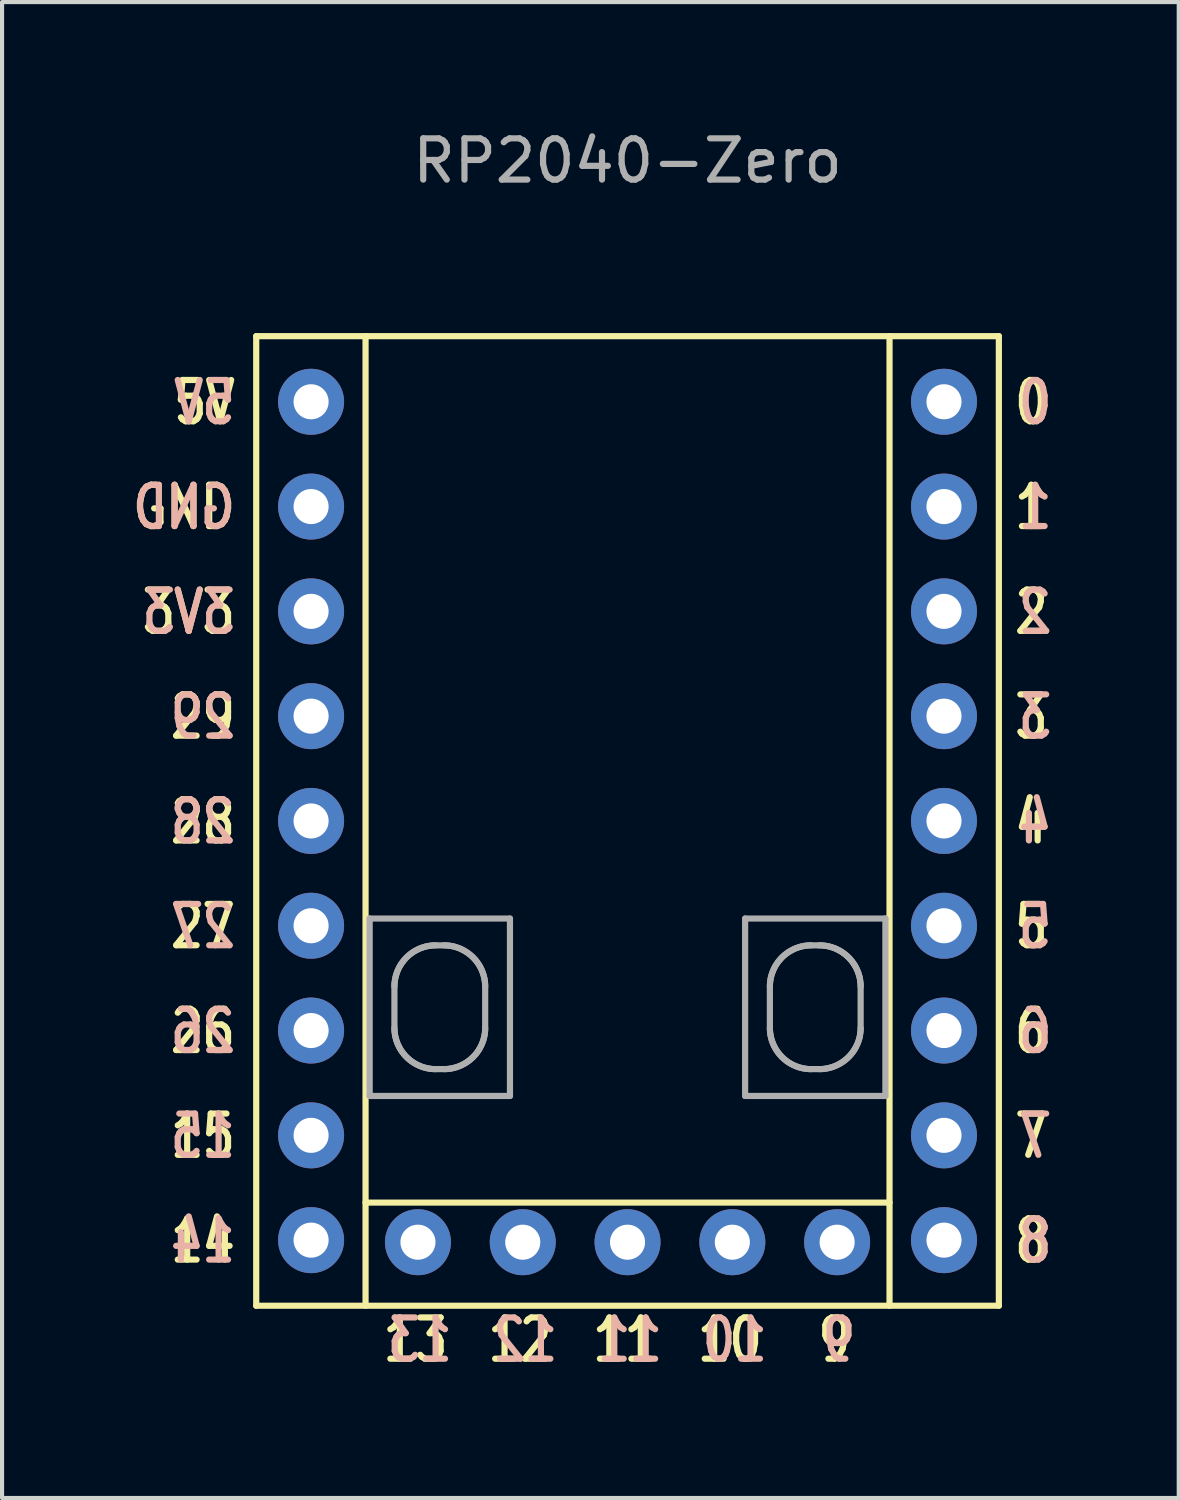
<source format=kicad_pcb>
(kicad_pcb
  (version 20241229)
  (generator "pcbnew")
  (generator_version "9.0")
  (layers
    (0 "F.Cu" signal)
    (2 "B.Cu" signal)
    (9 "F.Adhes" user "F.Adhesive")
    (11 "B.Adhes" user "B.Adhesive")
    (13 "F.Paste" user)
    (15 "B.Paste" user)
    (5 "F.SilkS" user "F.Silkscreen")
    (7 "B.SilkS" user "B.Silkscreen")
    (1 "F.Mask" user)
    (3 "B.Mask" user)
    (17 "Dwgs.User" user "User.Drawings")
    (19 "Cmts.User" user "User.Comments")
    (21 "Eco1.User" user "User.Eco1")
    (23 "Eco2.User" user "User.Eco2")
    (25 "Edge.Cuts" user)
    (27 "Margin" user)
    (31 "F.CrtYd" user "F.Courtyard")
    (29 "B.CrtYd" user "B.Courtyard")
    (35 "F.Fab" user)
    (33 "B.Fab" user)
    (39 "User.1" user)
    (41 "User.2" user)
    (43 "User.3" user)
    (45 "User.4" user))
  (footprint "RP2040-Zero"
    (layer "F.Cu")
    (at 12.16 16.848)
    (property "Reference" "RP2040-Zero" (at 0 -16 0) (layer "F.Fab") (effects (font (size 1 1) (thickness 0.15))))
    (attr through_hole exclude_from_pos_files)
    (fp_line (start -9 -11.75) (end 9 -11.75) (stroke (width 0.15) (type default)) (layer "F.SilkS"))
    (fp_line (start -9 11.75) (end -9 -11.75) (stroke (width 0.15) (type default)) (layer "F.SilkS"))
    (fp_line (start -9 11.75) (end 9 11.75) (stroke (width 0.15) (type default)) (layer "F.SilkS"))
    (fp_line (start -6.35 -11.75) (end -6.35 11.75) (stroke (width 0.15) (type solid)) (layer "F.SilkS"))
    (fp_line (start -6.35 9.25) (end 6.35 9.25) (stroke (width 0.15) (type solid)) (layer "F.SilkS"))
    (fp_line (start 6.35 11.75) (end 6.35 -11.75) (stroke (width 0.15) (type solid)) (layer "F.SilkS"))
    (fp_line (start 9 11.75) (end 9 -11.75) (stroke (width 0.15) (type default)) (layer "F.SilkS"))
    (fp_line (start -6.25 2.365) (end -2.85 2.365) (stroke (width 0.15) (type default)) (layer "F.Fab"))
    (fp_line (start -6.25 6.665) (end -6.25 2.365) (stroke (width 0.15) (type default)) (layer "F.Fab"))
    (fp_line (start -5.65 4.015) (end -5.649 3.963) (stroke (width 0.15) (type default)) (layer "F.Fab"))
    (fp_line (start -5.65 5.015) (end -5.65 4.015) (stroke (width 0.15) (type default)) (layer "F.Fab"))
    (fp_line (start -5.649 3.963) (end -5.645 3.913) (stroke (width 0.15) (type default)) (layer "F.Fab"))
    (fp_line (start -5.649 5.066) (end -5.65 5.015) (stroke (width 0.15) (type default)) (layer "F.Fab"))
    (fp_line (start -5.645 3.913) (end -5.638 3.863) (stroke (width 0.15) (type default)) (layer "F.Fab"))
    (fp_line (start -5.645 5.117) (end -5.649 5.066) (stroke (width 0.15) (type default)) (layer "F.Fab"))
    (fp_line (start -5.638 3.863) (end -5.63 3.813) (stroke (width 0.15) (type default)) (layer "F.Fab"))
    (fp_line (start -5.638 5.167) (end -5.645 5.117) (stroke (width 0.15) (type default)) (layer "F.Fab"))
    (fp_line (start -5.63 3.813) (end -5.618 3.765) (stroke (width 0.15) (type default)) (layer "F.Fab"))
    (fp_line (start -5.63 5.216) (end -5.638 5.167) (stroke (width 0.15) (type default)) (layer "F.Fab"))
    (fp_line (start -5.618 3.765) (end -5.605 3.718) (stroke (width 0.15) (type default)) (layer "F.Fab"))
    (fp_line (start -5.618 5.265) (end -5.63 5.216) (stroke (width 0.15) (type default)) (layer "F.Fab"))
    (fp_line (start -5.605 3.718) (end -5.589 3.671) (stroke (width 0.15) (type default)) (layer "F.Fab"))
    (fp_line (start -5.605 5.312) (end -5.618 5.265) (stroke (width 0.15) (type default)) (layer "F.Fab"))
    (fp_line (start -5.589 3.671) (end -5.571 3.626) (stroke (width 0.15) (type default)) (layer "F.Fab"))
    (fp_line (start -5.589 5.359) (end -5.605 5.312) (stroke (width 0.15) (type default)) (layer "F.Fab"))
    (fp_line (start -5.571 3.626) (end -5.551 3.581) (stroke (width 0.15) (type default)) (layer "F.Fab"))
    (fp_line (start -5.571 5.404) (end -5.589 5.359) (stroke (width 0.15) (type default)) (layer "F.Fab"))
    (fp_line (start -5.551 3.581) (end -5.529 3.538) (stroke (width 0.15) (type default)) (layer "F.Fab"))
    (fp_line (start -5.551 5.448) (end -5.571 5.404) (stroke (width 0.15) (type default)) (layer "F.Fab"))
    (fp_line (start -5.529 3.538) (end -5.505 3.496) (stroke (width 0.15) (type default)) (layer "F.Fab"))
    (fp_line (start -5.529 5.491) (end -5.551 5.448) (stroke (width 0.15) (type default)) (layer "F.Fab"))
    (fp_line (start -5.505 3.496) (end -5.479 3.456) (stroke (width 0.15) (type default)) (layer "F.Fab"))
    (fp_line (start -5.505 5.533) (end -5.529 5.491) (stroke (width 0.15) (type default)) (layer "F.Fab"))
    (fp_line (start -5.479 3.456) (end -5.451 3.417) (stroke (width 0.15) (type default)) (layer "F.Fab"))
    (fp_line (start -5.479 5.574) (end -5.505 5.533) (stroke (width 0.15) (type default)) (layer "F.Fab"))
    (fp_line (start -5.451 3.417) (end -5.421 3.379) (stroke (width 0.15) (type default)) (layer "F.Fab"))
    (fp_line (start -5.451 5.613) (end -5.479 5.574) (stroke (width 0.15) (type default)) (layer "F.Fab"))
    (fp_line (start -5.421 3.379) (end -5.39 3.343) (stroke (width 0.15) (type default)) (layer "F.Fab"))
    (fp_line (start -5.421 5.651) (end -5.451 5.613) (stroke (width 0.15) (type default)) (layer "F.Fab"))
    (fp_line (start -5.39 3.343) (end -5.357 3.308) (stroke (width 0.15) (type default)) (layer "F.Fab"))
    (fp_line (start -5.39 5.687) (end -5.421 5.651) (stroke (width 0.15) (type default)) (layer "F.Fab"))
    (fp_line (start -5.357 3.308) (end -5.322 3.275) (stroke (width 0.15) (type default)) (layer "F.Fab"))
    (fp_line (start -5.357 5.722) (end -5.39 5.687) (stroke (width 0.15) (type default)) (layer "F.Fab"))
    (fp_line (start -5.322 3.275) (end -5.286 3.243) (stroke (width 0.15) (type default)) (layer "F.Fab"))
    (fp_line (start -5.322 5.755) (end -5.357 5.722) (stroke (width 0.15) (type default)) (layer "F.Fab"))
    (fp_line (start -5.286 3.243) (end -5.248 3.214) (stroke (width 0.15) (type default)) (layer "F.Fab"))
    (fp_line (start -5.286 5.786) (end -5.322 5.755) (stroke (width 0.15) (type default)) (layer "F.Fab"))
    (fp_line (start -5.248 3.214) (end -5.209 3.186) (stroke (width 0.15) (type default)) (layer "F.Fab"))
    (fp_line (start -5.248 5.816) (end -5.286 5.786) (stroke (width 0.15) (type default)) (layer "F.Fab"))
    (fp_line (start -5.209 3.186) (end -5.168 3.16) (stroke (width 0.15) (type default)) (layer "F.Fab"))
    (fp_line (start -5.209 5.844) (end -5.248 5.816) (stroke (width 0.15) (type default)) (layer "F.Fab"))
    (fp_line (start -5.168 3.16) (end -5.126 3.136) (stroke (width 0.15) (type default)) (layer "F.Fab"))
    (fp_line (start -5.168 5.87) (end -5.209 5.844) (stroke (width 0.15) (type default)) (layer "F.Fab"))
    (fp_line (start -5.126 3.136) (end -5.083 3.114) (stroke (width 0.15) (type default)) (layer "F.Fab"))
    (fp_line (start -5.126 5.894) (end -5.168 5.87) (stroke (width 0.15) (type default)) (layer "F.Fab"))
    (fp_line (start -5.083 3.114) (end -5.039 3.093) (stroke (width 0.15) (type default)) (layer "F.Fab"))
    (fp_line (start -5.083 5.916) (end -5.126 5.894) (stroke (width 0.15) (type default)) (layer "F.Fab"))
    (fp_line (start -5.039 3.093) (end -4.994 3.076) (stroke (width 0.15) (type default)) (layer "F.Fab"))
    (fp_line (start -5.039 5.936) (end -5.083 5.916) (stroke (width 0.15) (type default)) (layer "F.Fab"))
    (fp_line (start -4.994 3.076) (end -4.947 3.06) (stroke (width 0.15) (type default)) (layer "F.Fab"))
    (fp_line (start -4.994 5.954) (end -5.039 5.936) (stroke (width 0.15) (type default)) (layer "F.Fab"))
    (fp_line (start -4.947 3.06) (end -4.9 3.046) (stroke (width 0.15) (type default)) (layer "F.Fab"))
    (fp_line (start -4.947 5.97) (end -4.994 5.954) (stroke (width 0.15) (type default)) (layer "F.Fab"))
    (fp_line (start -4.9 3.046) (end -4.851 3.035) (stroke (width 0.15) (type default)) (layer "F.Fab"))
    (fp_line (start -4.9 5.983) (end -4.947 5.97) (stroke (width 0.15) (type default)) (layer "F.Fab"))
    (fp_line (start -4.851 3.035) (end -4.802 3.026) (stroke (width 0.15) (type default)) (layer "F.Fab"))
    (fp_line (start -4.851 5.995) (end -4.9 5.983) (stroke (width 0.15) (type default)) (layer "F.Fab"))
    (fp_line (start -4.802 3.026) (end -4.752 3.02) (stroke (width 0.15) (type default)) (layer "F.Fab"))
    (fp_line (start -4.802 6.003) (end -4.851 5.995) (stroke (width 0.15) (type default)) (layer "F.Fab"))
    (fp_line (start -4.752 3.02) (end -4.701 3.016) (stroke (width 0.15) (type default)) (layer "F.Fab"))
    (fp_line (start -4.752 6.01) (end -4.802 6.003) (stroke (width 0.15) (type default)) (layer "F.Fab"))
    (fp_line (start -4.701 3.016) (end -4.65 3.015) (stroke (width 0.15) (type default)) (layer "F.Fab"))
    (fp_line (start -4.701 6.014) (end -4.752 6.01) (stroke (width 0.15) (type default)) (layer "F.Fab"))
    (fp_line (start -4.65 3.015) (end -4.45 3.015) (stroke (width 0.15) (type default)) (layer "F.Fab"))
    (fp_line (start -4.65 6.015) (end -4.701 6.014) (stroke (width 0.15) (type default)) (layer "F.Fab"))
    (fp_line (start -4.45 3.015) (end -4.399 3.016) (stroke (width 0.15) (type default)) (layer "F.Fab"))
    (fp_line (start -4.45 6.015) (end -4.65 6.015) (stroke (width 0.15) (type default)) (layer "F.Fab"))
    (fp_line (start -4.399 3.016) (end -4.348 3.02) (stroke (width 0.15) (type default)) (layer "F.Fab"))
    (fp_line (start -4.399 6.014) (end -4.45 6.015) (stroke (width 0.15) (type default)) (layer "F.Fab"))
    (fp_line (start -4.348 3.02) (end -4.298 3.026) (stroke (width 0.15) (type default)) (layer "F.Fab"))
    (fp_line (start -4.348 6.01) (end -4.399 6.014) (stroke (width 0.15) (type default)) (layer "F.Fab"))
    (fp_line (start -4.298 3.026) (end -4.248 3.035) (stroke (width 0.15) (type default)) (layer "F.Fab"))
    (fp_line (start -4.298 6.003) (end -4.348 6.01) (stroke (width 0.15) (type default)) (layer "F.Fab"))
    (fp_line (start -4.248 3.035) (end -4.2 3.046) (stroke (width 0.15) (type default)) (layer "F.Fab"))
    (fp_line (start -4.248 5.995) (end -4.298 6.003) (stroke (width 0.15) (type default)) (layer "F.Fab"))
    (fp_line (start -4.2 3.046) (end -4.153 3.06) (stroke (width 0.15) (type default)) (layer "F.Fab"))
    (fp_line (start -4.2 5.983) (end -4.248 5.995) (stroke (width 0.15) (type default)) (layer "F.Fab"))
    (fp_line (start -4.153 3.06) (end -4.106 3.076) (stroke (width 0.15) (type default)) (layer "F.Fab"))
    (fp_line (start -4.153 5.97) (end -4.2 5.983) (stroke (width 0.15) (type default)) (layer "F.Fab"))
    (fp_line (start -4.106 3.076) (end -4.061 3.093) (stroke (width 0.15) (type default)) (layer "F.Fab"))
    (fp_line (start -4.106 5.954) (end -4.153 5.97) (stroke (width 0.15) (type default)) (layer "F.Fab"))
    (fp_line (start -4.061 3.093) (end -4.017 3.114) (stroke (width 0.15) (type default)) (layer "F.Fab"))
    (fp_line (start -4.061 5.936) (end -4.106 5.954) (stroke (width 0.15) (type default)) (layer "F.Fab"))
    (fp_line (start -4.017 3.114) (end -3.974 3.136) (stroke (width 0.15) (type default)) (layer "F.Fab"))
    (fp_line (start -4.017 5.916) (end -4.061 5.936) (stroke (width 0.15) (type default)) (layer "F.Fab"))
    (fp_line (start -3.974 3.136) (end -3.932 3.16) (stroke (width 0.15) (type default)) (layer "F.Fab"))
    (fp_line (start -3.974 5.894) (end -4.017 5.916) (stroke (width 0.15) (type default)) (layer "F.Fab"))
    (fp_line (start -3.932 3.16) (end -3.891 3.186) (stroke (width 0.15) (type default)) (layer "F.Fab"))
    (fp_line (start -3.932 5.87) (end -3.974 5.894) (stroke (width 0.15) (type default)) (layer "F.Fab"))
    (fp_line (start -3.891 3.186) (end -3.852 3.214) (stroke (width 0.15) (type default)) (layer "F.Fab"))
    (fp_line (start -3.891 5.844) (end -3.932 5.87) (stroke (width 0.15) (type default)) (layer "F.Fab"))
    (fp_line (start -3.852 3.214) (end -3.814 3.243) (stroke (width 0.15) (type default)) (layer "F.Fab"))
    (fp_line (start -3.852 5.816) (end -3.891 5.844) (stroke (width 0.15) (type default)) (layer "F.Fab"))
    (fp_line (start -3.814 3.243) (end -3.778 3.275) (stroke (width 0.15) (type default)) (layer "F.Fab"))
    (fp_line (start -3.814 5.786) (end -3.852 5.816) (stroke (width 0.15) (type default)) (layer "F.Fab"))
    (fp_line (start -3.778 3.275) (end -3.743 3.308) (stroke (width 0.15) (type default)) (layer "F.Fab"))
    (fp_line (start -3.778 5.755) (end -3.814 5.786) (stroke (width 0.15) (type default)) (layer "F.Fab"))
    (fp_line (start -3.743 3.308) (end -3.71 3.343) (stroke (width 0.15) (type default)) (layer "F.Fab"))
    (fp_line (start -3.743 5.722) (end -3.778 5.755) (stroke (width 0.15) (type default)) (layer "F.Fab"))
    (fp_line (start -3.71 3.343) (end -3.678 3.379) (stroke (width 0.15) (type default)) (layer "F.Fab"))
    (fp_line (start -3.71 5.687) (end -3.743 5.722) (stroke (width 0.15) (type default)) (layer "F.Fab"))
    (fp_line (start -3.678 3.379) (end -3.649 3.417) (stroke (width 0.15) (type default)) (layer "F.Fab"))
    (fp_line (start -3.678 5.651) (end -3.71 5.687) (stroke (width 0.15) (type default)) (layer "F.Fab"))
    (fp_line (start -3.649 3.417) (end -3.621 3.456) (stroke (width 0.15) (type default)) (layer "F.Fab"))
    (fp_line (start -3.649 5.613) (end -3.678 5.651) (stroke (width 0.15) (type default)) (layer "F.Fab"))
    (fp_line (start -3.621 3.456) (end -3.595 3.496) (stroke (width 0.15) (type default)) (layer "F.Fab"))
    (fp_line (start -3.621 5.574) (end -3.649 5.613) (stroke (width 0.15) (type default)) (layer "F.Fab"))
    (fp_line (start -3.595 3.496) (end -3.571 3.538) (stroke (width 0.15) (type default)) (layer "F.Fab"))
    (fp_line (start -3.595 5.533) (end -3.621 5.574) (stroke (width 0.15) (type default)) (layer "F.Fab"))
    (fp_line (start -3.571 3.538) (end -3.549 3.581) (stroke (width 0.15) (type default)) (layer "F.Fab"))
    (fp_line (start -3.571 5.491) (end -3.595 5.533) (stroke (width 0.15) (type default)) (layer "F.Fab"))
    (fp_line (start -3.549 3.581) (end -3.529 3.626) (stroke (width 0.15) (type default)) (layer "F.Fab"))
    (fp_line (start -3.549 5.448) (end -3.571 5.491) (stroke (width 0.15) (type default)) (layer "F.Fab"))
    (fp_line (start -3.529 3.626) (end -3.511 3.671) (stroke (width 0.15) (type default)) (layer "F.Fab"))
    (fp_line (start -3.529 5.404) (end -3.549 5.448) (stroke (width 0.15) (type default)) (layer "F.Fab"))
    (fp_line (start -3.511 3.671) (end -3.495 3.718) (stroke (width 0.15) (type default)) (layer "F.Fab"))
    (fp_line (start -3.511 5.359) (end -3.529 5.404) (stroke (width 0.15) (type default)) (layer "F.Fab"))
    (fp_line (start -3.495 3.718) (end -3.482 3.765) (stroke (width 0.15) (type default)) (layer "F.Fab"))
    (fp_line (start -3.495 5.312) (end -3.511 5.359) (stroke (width 0.15) (type default)) (layer "F.Fab"))
    (fp_line (start -3.482 3.765) (end -3.47 3.813) (stroke (width 0.15) (type default)) (layer "F.Fab"))
    (fp_line (start -3.482 5.265) (end -3.495 5.312) (stroke (width 0.15) (type default)) (layer "F.Fab"))
    (fp_line (start -3.47 3.813) (end -3.462 3.863) (stroke (width 0.15) (type default)) (layer "F.Fab"))
    (fp_line (start -3.47 5.216) (end -3.482 5.265) (stroke (width 0.15) (type default)) (layer "F.Fab"))
    (fp_line (start -3.462 3.863) (end -3.455 3.913) (stroke (width 0.15) (type default)) (layer "F.Fab"))
    (fp_line (start -3.462 5.167) (end -3.47 5.216) (stroke (width 0.15) (type default)) (layer "F.Fab"))
    (fp_line (start -3.455 3.913) (end -3.451 3.963) (stroke (width 0.15) (type default)) (layer "F.Fab"))
    (fp_line (start -3.455 5.117) (end -3.462 5.167) (stroke (width 0.15) (type default)) (layer "F.Fab"))
    (fp_line (start -3.451 3.963) (end -3.45 4.015) (stroke (width 0.15) (type default)) (layer "F.Fab"))
    (fp_line (start -3.451 5.066) (end -3.455 5.117) (stroke (width 0.15) (type default)) (layer "F.Fab"))
    (fp_line (start -3.45 4.015) (end -3.45 5.015) (stroke (width 0.15) (type default)) (layer "F.Fab"))
    (fp_line (start -3.45 5.015) (end -3.451 5.066) (stroke (width 0.15) (type default)) (layer "F.Fab"))
    (fp_line (start -2.85 2.365) (end -2.85 6.665) (stroke (width 0.15) (type default)) (layer "F.Fab"))
    (fp_line (start -2.85 6.665) (end -6.25 6.665) (stroke (width 0.15) (type default)) (layer "F.Fab"))
    (fp_line (start 2.85 2.365) (end 6.25 2.365) (stroke (width 0.15) (type default)) (layer "F.Fab"))
    (fp_line (start 2.85 6.665) (end 2.85 2.365) (stroke (width 0.15) (type default)) (layer "F.Fab"))
    (fp_line (start 3.45 4.015) (end 3.451 3.963) (stroke (width 0.15) (type default)) (layer "F.Fab"))
    (fp_line (start 3.45 5.015) (end 3.45 4.015) (stroke (width 0.15) (type default)) (layer "F.Fab"))
    (fp_line (start 3.451 3.963) (end 3.455 3.913) (stroke (width 0.15) (type default)) (layer "F.Fab"))
    (fp_line (start 3.451 5.066) (end 3.45 5.015) (stroke (width 0.15) (type default)) (layer "F.Fab"))
    (fp_line (start 3.455 3.913) (end 3.462 3.863) (stroke (width 0.15) (type default)) (layer "F.Fab"))
    (fp_line (start 3.455 5.117) (end 3.451 5.066) (stroke (width 0.15) (type default)) (layer "F.Fab"))
    (fp_line (start 3.462 3.863) (end 3.47 3.813) (stroke (width 0.15) (type default)) (layer "F.Fab"))
    (fp_line (start 3.462 5.167) (end 3.455 5.117) (stroke (width 0.15) (type default)) (layer "F.Fab"))
    (fp_line (start 3.47 3.813) (end 3.482 3.765) (stroke (width 0.15) (type default)) (layer "F.Fab"))
    (fp_line (start 3.47 5.216) (end 3.462 5.167) (stroke (width 0.15) (type default)) (layer "F.Fab"))
    (fp_line (start 3.482 3.765) (end 3.495 3.718) (stroke (width 0.15) (type default)) (layer "F.Fab"))
    (fp_line (start 3.482 5.265) (end 3.47 5.216) (stroke (width 0.15) (type default)) (layer "F.Fab"))
    (fp_line (start 3.495 3.718) (end 3.511 3.671) (stroke (width 0.15) (type default)) (layer "F.Fab"))
    (fp_line (start 3.495 5.312) (end 3.482 5.265) (stroke (width 0.15) (type default)) (layer "F.Fab"))
    (fp_line (start 3.511 3.671) (end 3.529 3.626) (stroke (width 0.15) (type default)) (layer "F.Fab"))
    (fp_line (start 3.511 5.359) (end 3.495 5.312) (stroke (width 0.15) (type default)) (layer "F.Fab"))
    (fp_line (start 3.529 3.626) (end 3.549 3.581) (stroke (width 0.15) (type default)) (layer "F.Fab"))
    (fp_line (start 3.529 5.404) (end 3.511 5.359) (stroke (width 0.15) (type default)) (layer "F.Fab"))
    (fp_line (start 3.549 3.581) (end 3.571 3.538) (stroke (width 0.15) (type default)) (layer "F.Fab"))
    (fp_line (start 3.549 5.448) (end 3.529 5.404) (stroke (width 0.15) (type default)) (layer "F.Fab"))
    (fp_line (start 3.571 3.538) (end 3.595 3.496) (stroke (width 0.15) (type default)) (layer "F.Fab"))
    (fp_line (start 3.571 5.491) (end 3.549 5.448) (stroke (width 0.15) (type default)) (layer "F.Fab"))
    (fp_line (start 3.595 3.496) (end 3.621 3.456) (stroke (width 0.15) (type default)) (layer "F.Fab"))
    (fp_line (start 3.595 5.533) (end 3.571 5.491) (stroke (width 0.15) (type default)) (layer "F.Fab"))
    (fp_line (start 3.621 3.456) (end 3.649 3.417) (stroke (width 0.15) (type default)) (layer "F.Fab"))
    (fp_line (start 3.621 5.574) (end 3.595 5.533) (stroke (width 0.15) (type default)) (layer "F.Fab"))
    (fp_line (start 3.649 3.417) (end 3.679 3.379) (stroke (width 0.15) (type default)) (layer "F.Fab"))
    (fp_line (start 3.649 5.613) (end 3.621 5.574) (stroke (width 0.15) (type default)) (layer "F.Fab"))
    (fp_line (start 3.679 3.379) (end 3.71 3.343) (stroke (width 0.15) (type default)) (layer "F.Fab"))
    (fp_line (start 3.679 5.651) (end 3.649 5.613) (stroke (width 0.15) (type default)) (layer "F.Fab"))
    (fp_line (start 3.71 3.343) (end 3.743 3.308) (stroke (width 0.15) (type default)) (layer "F.Fab"))
    (fp_line (start 3.71 5.687) (end 3.679 5.651) (stroke (width 0.15) (type default)) (layer "F.Fab"))
    (fp_line (start 3.743 3.308) (end 3.778 3.275) (stroke (width 0.15) (type default)) (layer "F.Fab"))
    (fp_line (start 3.743 5.722) (end 3.71 5.687) (stroke (width 0.15) (type default)) (layer "F.Fab"))
    (fp_line (start 3.778 3.275) (end 3.814 3.243) (stroke (width 0.15) (type default)) (layer "F.Fab"))
    (fp_line (start 3.778 5.755) (end 3.743 5.722) (stroke (width 0.15) (type default)) (layer "F.Fab"))
    (fp_line (start 3.814 3.243) (end 3.852 3.214) (stroke (width 0.15) (type default)) (layer "F.Fab"))
    (fp_line (start 3.814 5.786) (end 3.778 5.755) (stroke (width 0.15) (type default)) (layer "F.Fab"))
    (fp_line (start 3.852 3.214) (end 3.891 3.186) (stroke (width 0.15) (type default)) (layer "F.Fab"))
    (fp_line (start 3.852 5.816) (end 3.814 5.786) (stroke (width 0.15) (type default)) (layer "F.Fab"))
    (fp_line (start 3.891 3.186) (end 3.932 3.16) (stroke (width 0.15) (type default)) (layer "F.Fab"))
    (fp_line (start 3.891 5.844) (end 3.852 5.816) (stroke (width 0.15) (type default)) (layer "F.Fab"))
    (fp_line (start 3.932 3.16) (end 3.974 3.136) (stroke (width 0.15) (type default)) (layer "F.Fab"))
    (fp_line (start 3.932 5.87) (end 3.891 5.844) (stroke (width 0.15) (type default)) (layer "F.Fab"))
    (fp_line (start 3.974 3.136) (end 4.017 3.114) (stroke (width 0.15) (type default)) (layer "F.Fab"))
    (fp_line (start 3.974 5.894) (end 3.932 5.87) (stroke (width 0.15) (type default)) (layer "F.Fab"))
    (fp_line (start 4.017 3.114) (end 4.061 3.093) (stroke (width 0.15) (type default)) (layer "F.Fab"))
    (fp_line (start 4.017 5.916) (end 3.974 5.894) (stroke (width 0.15) (type default)) (layer "F.Fab"))
    (fp_line (start 4.061 3.093) (end 4.106 3.076) (stroke (width 0.15) (type default)) (layer "F.Fab"))
    (fp_line (start 4.061 5.936) (end 4.017 5.916) (stroke (width 0.15) (type default)) (layer "F.Fab"))
    (fp_line (start 4.106 3.076) (end 4.153 3.06) (stroke (width 0.15) (type default)) (layer "F.Fab"))
    (fp_line (start 4.106 5.954) (end 4.061 5.936) (stroke (width 0.15) (type default)) (layer "F.Fab"))
    (fp_line (start 4.153 3.06) (end 4.2 3.046) (stroke (width 0.15) (type default)) (layer "F.Fab"))
    (fp_line (start 4.153 5.97) (end 4.106 5.954) (stroke (width 0.15) (type default)) (layer "F.Fab"))
    (fp_line (start 4.2 3.046) (end 4.249 3.035) (stroke (width 0.15) (type default)) (layer "F.Fab"))
    (fp_line (start 4.2 5.983) (end 4.153 5.97) (stroke (width 0.15) (type default)) (layer "F.Fab"))
    (fp_line (start 4.249 3.035) (end 4.298 3.026) (stroke (width 0.15) (type default)) (layer "F.Fab"))
    (fp_line (start 4.249 5.995) (end 4.2 5.983) (stroke (width 0.15) (type default)) (layer "F.Fab"))
    (fp_line (start 4.298 3.026) (end 4.348 3.02) (stroke (width 0.15) (type default)) (layer "F.Fab"))
    (fp_line (start 4.298 6.003) (end 4.249 5.995) (stroke (width 0.15) (type default)) (layer "F.Fab"))
    (fp_line (start 4.348 3.02) (end 4.399 3.016) (stroke (width 0.15) (type default)) (layer "F.Fab"))
    (fp_line (start 4.348 6.01) (end 4.298 6.003) (stroke (width 0.15) (type default)) (layer "F.Fab"))
    (fp_line (start 4.399 3.016) (end 4.45 3.015) (stroke (width 0.15) (type default)) (layer "F.Fab"))
    (fp_line (start 4.399 6.014) (end 4.348 6.01) (stroke (width 0.15) (type default)) (layer "F.Fab"))
    (fp_line (start 4.45 3.015) (end 4.65 3.015) (stroke (width 0.15) (type default)) (layer "F.Fab"))
    (fp_line (start 4.45 6.015) (end 4.399 6.014) (stroke (width 0.15) (type default)) (layer "F.Fab"))
    (fp_line (start 4.65 3.015) (end 4.702 3.016) (stroke (width 0.15) (type default)) (layer "F.Fab"))
    (fp_line (start 4.65 6.015) (end 4.45 6.015) (stroke (width 0.15) (type default)) (layer "F.Fab"))
    (fp_line (start 4.702 3.016) (end 4.752 3.02) (stroke (width 0.15) (type default)) (layer "F.Fab"))
    (fp_line (start 4.702 6.014) (end 4.65 6.015) (stroke (width 0.15) (type default)) (layer "F.Fab"))
    (fp_line (start 4.752 3.02) (end 4.802 3.026) (stroke (width 0.15) (type default)) (layer "F.Fab"))
    (fp_line (start 4.752 6.01) (end 4.702 6.014) (stroke (width 0.15) (type default)) (layer "F.Fab"))
    (fp_line (start 4.802 3.026) (end 4.851 3.035) (stroke (width 0.15) (type default)) (layer "F.Fab"))
    (fp_line (start 4.802 6.003) (end 4.752 6.01) (stroke (width 0.15) (type default)) (layer "F.Fab"))
    (fp_line (start 4.851 3.035) (end 4.9 3.046) (stroke (width 0.15) (type default)) (layer "F.Fab"))
    (fp_line (start 4.851 5.995) (end 4.802 6.003) (stroke (width 0.15) (type default)) (layer "F.Fab"))
    (fp_line (start 4.9 3.046) (end 4.947 3.06) (stroke (width 0.15) (type default)) (layer "F.Fab"))
    (fp_line (start 4.9 5.983) (end 4.851 5.995) (stroke (width 0.15) (type default)) (layer "F.Fab"))
    (fp_line (start 4.947 3.06) (end 4.994 3.076) (stroke (width 0.15) (type default)) (layer "F.Fab"))
    (fp_line (start 4.947 5.97) (end 4.9 5.983) (stroke (width 0.15) (type default)) (layer "F.Fab"))
    (fp_line (start 4.994 3.076) (end 5.039 3.093) (stroke (width 0.15) (type default)) (layer "F.Fab"))
    (fp_line (start 4.994 5.954) (end 4.947 5.97) (stroke (width 0.15) (type default)) (layer "F.Fab"))
    (fp_line (start 5.039 3.093) (end 5.083 3.114) (stroke (width 0.15) (type default)) (layer "F.Fab"))
    (fp_line (start 5.039 5.936) (end 4.994 5.954) (stroke (width 0.15) (type default)) (layer "F.Fab"))
    (fp_line (start 5.083 3.114) (end 5.127 3.136) (stroke (width 0.15) (type default)) (layer "F.Fab"))
    (fp_line (start 5.083 5.916) (end 5.039 5.936) (stroke (width 0.15) (type default)) (layer "F.Fab"))
    (fp_line (start 5.127 3.136) (end 5.168 3.16) (stroke (width 0.15) (type default)) (layer "F.Fab"))
    (fp_line (start 5.127 5.894) (end 5.083 5.916) (stroke (width 0.15) (type default)) (layer "F.Fab"))
    (fp_line (start 5.168 3.16) (end 5.209 3.186) (stroke (width 0.15) (type default)) (layer "F.Fab"))
    (fp_line (start 5.168 5.87) (end 5.127 5.894) (stroke (width 0.15) (type default)) (layer "F.Fab"))
    (fp_line (start 5.209 3.186) (end 5.248 3.214) (stroke (width 0.15) (type default)) (layer "F.Fab"))
    (fp_line (start 5.209 5.844) (end 5.168 5.87) (stroke (width 0.15) (type default)) (layer "F.Fab"))
    (fp_line (start 5.248 3.214) (end 5.286 3.243) (stroke (width 0.15) (type default)) (layer "F.Fab"))
    (fp_line (start 5.248 5.816) (end 5.209 5.844) (stroke (width 0.15) (type default)) (layer "F.Fab"))
    (fp_line (start 5.286 3.243) (end 5.322 3.275) (stroke (width 0.15) (type default)) (layer "F.Fab"))
    (fp_line (start 5.286 5.786) (end 5.248 5.816) (stroke (width 0.15) (type default)) (layer "F.Fab"))
    (fp_line (start 5.322 3.275) (end 5.357 3.308) (stroke (width 0.15) (type default)) (layer "F.Fab"))
    (fp_line (start 5.322 5.755) (end 5.286 5.786) (stroke (width 0.15) (type default)) (layer "F.Fab"))
    (fp_line (start 5.357 3.308) (end 5.39 3.343) (stroke (width 0.15) (type default)) (layer "F.Fab"))
    (fp_line (start 5.357 5.722) (end 5.322 5.755) (stroke (width 0.15) (type default)) (layer "F.Fab"))
    (fp_line (start 5.39 3.343) (end 5.422 3.379) (stroke (width 0.15) (type default)) (layer "F.Fab"))
    (fp_line (start 5.39 5.687) (end 5.357 5.722) (stroke (width 0.15) (type default)) (layer "F.Fab"))
    (fp_line (start 5.422 3.379) (end 5.451 3.417) (stroke (width 0.15) (type default)) (layer "F.Fab"))
    (fp_line (start 5.422 5.651) (end 5.39 5.687) (stroke (width 0.15) (type default)) (layer "F.Fab"))
    (fp_line (start 5.451 3.417) (end 5.479 3.456) (stroke (width 0.15) (type default)) (layer "F.Fab"))
    (fp_line (start 5.451 5.613) (end 5.422 5.651) (stroke (width 0.15) (type default)) (layer "F.Fab"))
    (fp_line (start 5.479 3.456) (end 5.505 3.496) (stroke (width 0.15) (type default)) (layer "F.Fab"))
    (fp_line (start 5.479 5.574) (end 5.451 5.613) (stroke (width 0.15) (type default)) (layer "F.Fab"))
    (fp_line (start 5.505 3.496) (end 5.529 3.538) (stroke (width 0.15) (type default)) (layer "F.Fab"))
    (fp_line (start 5.505 5.533) (end 5.479 5.574) (stroke (width 0.15) (type default)) (layer "F.Fab"))
    (fp_line (start 5.529 3.538) (end 5.551 3.581) (stroke (width 0.15) (type default)) (layer "F.Fab"))
    (fp_line (start 5.529 5.491) (end 5.505 5.533) (stroke (width 0.15) (type default)) (layer "F.Fab"))
    (fp_line (start 5.551 3.581) (end 5.571 3.626) (stroke (width 0.15) (type default)) (layer "F.Fab"))
    (fp_line (start 5.551 5.448) (end 5.529 5.491) (stroke (width 0.15) (type default)) (layer "F.Fab"))
    (fp_line (start 5.571 3.626) (end 5.589 3.671) (stroke (width 0.15) (type default)) (layer "F.Fab"))
    (fp_line (start 5.571 5.404) (end 5.551 5.448) (stroke (width 0.15) (type default)) (layer "F.Fab"))
    (fp_line (start 5.589 3.671) (end 5.605 3.718) (stroke (width 0.15) (type default)) (layer "F.Fab"))
    (fp_line (start 5.589 5.359) (end 5.571 5.404) (stroke (width 0.15) (type default)) (layer "F.Fab"))
    (fp_line (start 5.605 3.718) (end 5.619 3.765) (stroke (width 0.15) (type default)) (layer "F.Fab"))
    (fp_line (start 5.605 5.312) (end 5.589 5.359) (stroke (width 0.15) (type default)) (layer "F.Fab"))
    (fp_line (start 5.619 3.765) (end 5.63 3.813) (stroke (width 0.15) (type default)) (layer "F.Fab"))
    (fp_line (start 5.619 5.265) (end 5.605 5.312) (stroke (width 0.15) (type default)) (layer "F.Fab"))
    (fp_line (start 5.63 3.813) (end 5.638 3.863) (stroke (width 0.15) (type default)) (layer "F.Fab"))
    (fp_line (start 5.63 5.216) (end 5.619 5.265) (stroke (width 0.15) (type default)) (layer "F.Fab"))
    (fp_line (start 5.638 3.863) (end 5.645 3.913) (stroke (width 0.15) (type default)) (layer "F.Fab"))
    (fp_line (start 5.638 5.167) (end 5.63 5.216) (stroke (width 0.15) (type default)) (layer "F.Fab"))
    (fp_line (start 5.645 3.913) (end 5.649 3.963) (stroke (width 0.15) (type default)) (layer "F.Fab"))
    (fp_line (start 5.645 5.117) (end 5.638 5.167) (stroke (width 0.15) (type default)) (layer "F.Fab"))
    (fp_line (start 5.649 3.963) (end 5.65 4.015) (stroke (width 0.15) (type default)) (layer "F.Fab"))
    (fp_line (start 5.649 5.066) (end 5.645 5.117) (stroke (width 0.15) (type default)) (layer "F.Fab"))
    (fp_line (start 5.65 4.015) (end 5.65 5.015) (stroke (width 0.15) (type default)) (layer "F.Fab"))
    (fp_line (start 5.65 5.015) (end 5.649 5.066) (stroke (width 0.15) (type default)) (layer "F.Fab"))
    (fp_line (start 6.25 2.365) (end 6.25 6.665) (stroke (width 0.15) (type default)) (layer "F.Fab"))
    (fp_line (start 6.25 6.665) (end 2.85 6.665) (stroke (width 0.15) (type default)) (layer "F.Fab"))
    (fp_text user "5" (at 9.308 3.142 0) (unlocked yes) (layer "F.SilkS") (effects (font (size 1 0.8) (thickness 0.15)) (justify left bottom)))
    (fp_text user "13" (at -6 13.164 0) (unlocked yes) (layer "F.SilkS") (effects (font (size 1 0.8) (thickness 0.15)) (justify left bottom)))
    (fp_text user "1" (at 9.308 -7.018 0) (unlocked yes) (layer "F.SilkS") (effects (font (size 1 0.8) (thickness 0.15)) (justify left bottom)))
    (fp_text user "7" (at 9.308 8.222 0) (unlocked yes) (layer "F.SilkS") (effects (font (size 1 0.8) (thickness 0.15)) (justify left bottom)))
    (fp_text user "26" (at -9.432 5.682 0) (unlocked yes) (layer "F.SilkS") (effects (font (size 1 0.8) (thickness 0.15)) (justify right bottom)))
    (fp_text user "11" (at -0.92 13.164 0) (unlocked yes) (layer "F.SilkS") (effects (font (size 1 0.8) (thickness 0.15)) (justify left bottom)))
    (fp_text user "10" (at 1.62 13.164 0) (unlocked yes) (layer "F.SilkS") (effects (font (size 1 0.8) (thickness 0.15)) (justify left bottom)))
    (fp_text user "5V" (at -9.432 -9.558 0) (unlocked yes) (layer "F.SilkS") (effects (font (size 1 0.8) (thickness 0.15)) (justify right bottom)))
    (fp_text user "8" (at 9.308 10.762 0) (unlocked yes) (layer "F.SilkS") (effects (font (size 1 0.8) (thickness 0.15)) (justify left bottom)))
    (fp_text user "27" (at -9.432 3.142 0) (unlocked yes) (layer "F.SilkS") (effects (font (size 1 0.8) (thickness 0.15)) (justify right bottom)))
    (fp_text user "2" (at 9.308 -4.478 0) (unlocked yes) (layer "F.SilkS") (effects (font (size 1 0.8) (thickness 0.15)) (justify left bottom)))
    (fp_text user "12" (at -3.46 13.164 0) (unlocked yes) (layer "F.SilkS") (effects (font (size 1 0.8) (thickness 0.15)) (justify left bottom)))
    (fp_text user "6" (at 9.308 5.682 0) (unlocked yes) (layer "F.SilkS") (effects (font (size 1 0.8) (thickness 0.15)) (justify left bottom)))
    (fp_text user "14" (at -9.432 10.762 0) (unlocked yes) (layer "F.SilkS") (effects (font (size 1 0.8) (thickness 0.15)) (justify right bottom)))
    (fp_text user "0" (at 9.308 -9.558 0) (unlocked yes) (layer "F.SilkS") (effects (font (size 1 0.8) (thickness 0.15)) (justify left bottom)))
    (fp_text user "GND" (at -9.432 -7.018 0) (unlocked yes) (layer "F.SilkS") (effects (font (size 1 0.8) (thickness 0.15)) (justify right bottom)))
    (fp_text user "3V3" (at -9.432 -4.478 0) (unlocked yes) (layer "F.SilkS") (effects (font (size 1 0.8) (thickness 0.15)) (justify right bottom)))
    (fp_text user "4" (at 9.308 0.602 0) (unlocked yes) (layer "F.SilkS") (effects (font (size 1 0.8) (thickness 0.15)) (justify left bottom)))
    (fp_text user "3" (at 9.308 -1.938 0) (unlocked yes) (layer "F.SilkS") (effects (font (size 1 0.8) (thickness 0.15)) (justify left bottom)))
    (fp_text user "28" (at -9.432 0.602 0) (unlocked yes) (layer "F.SilkS") (effects (font (size 1 0.8) (thickness 0.15)) (justify right bottom)))
    (fp_text user "9" (at 4.541 13.164 0) (unlocked yes) (layer "F.SilkS") (effects (font (size 1 0.8) (thickness 0.15)) (justify left bottom)))
    (fp_text user "15" (at -9.432 8.222 0) (unlocked yes) (layer "F.SilkS") (effects (font (size 1 0.8) (thickness 0.15)) (justify right bottom)))
    (fp_text user "29" (at -9.432 -1.938 0) (unlocked yes) (layer "F.SilkS") (effects (font (size 1 0.8) (thickness 0.15)) (justify right bottom)))
    (fp_text user "5V" (at -9.432 -9.558 0) (unlocked yes) (layer "B.SilkS") (effects (font (size 1 0.8) (thickness 0.15)) (justify left bottom mirror)))
    (fp_text user "26" (at -9.432 5.682 0) (unlocked yes) (layer "B.SilkS") (effects (font (size 1 0.8) (thickness 0.15)) (justify left bottom mirror)))
    (fp_text user "1" (at 10.36 -7.018 0) (unlocked yes) (layer "B.SilkS") (effects (font (size 1 0.8) (thickness 0.15)) (justify left bottom mirror)))
    (fp_text user "0" (at 10.36 -9.558 0) (unlocked yes) (layer "B.SilkS") (effects (font (size 1 0.8) (thickness 0.15)) (justify left bottom mirror)))
    (fp_text user "GND" (at -9.432 -7.018 0) (unlocked yes) (layer "B.SilkS") (effects (font (size 1 0.8) (thickness 0.15)) (justify left bottom mirror)))
    (fp_text user "27" (at -9.432 3.142 0) (unlocked yes) (layer "B.SilkS") (effects (font (size 1 0.8) (thickness 0.15)) (justify left bottom mirror)))
    (fp_text user "13" (at -4.173 13.164 0) (unlocked yes) (layer "B.SilkS") (effects (font (size 1 0.8) (thickness 0.15)) (justify left bottom mirror)))
    (fp_text user "5" (at 10.36 3.142 0) (unlocked yes) (layer "B.SilkS") (effects (font (size 1 0.8) (thickness 0.15)) (justify left bottom mirror)))
    (fp_text user "12" (at -1.62 13.164 0) (unlocked yes) (layer "B.SilkS") (effects (font (size 1 0.8) (thickness 0.15)) (justify left bottom mirror)))
    (fp_text user "10" (at 3.46 13.164 0) (unlocked yes) (layer "B.SilkS") (effects (font (size 1 0.8) (thickness 0.15)) (justify left bottom mirror)))
    (fp_text user "3V3" (at -9.432 -4.478 0) (unlocked yes) (layer "B.SilkS") (effects (font (size 1 0.8) (thickness 0.15)) (justify left bottom mirror)))
    (fp_text user "7" (at 10.36 8.222 0) (unlocked yes) (layer "B.SilkS") (effects (font (size 1 0.8) (thickness 0.15)) (justify left bottom mirror)))
    (fp_text user "4" (at 10.36 0.602 0) (unlocked yes) (layer "B.SilkS") (effects (font (size 1 0.8) (thickness 0.15)) (justify left bottom mirror)))
    (fp_text user "8" (at 10.36 10.762 0) (unlocked yes) (layer "B.SilkS") (effects (font (size 1 0.8) (thickness 0.15)) (justify left bottom mirror)))
    (fp_text user "15" (at -9.432 8.222 0) (unlocked yes) (layer "B.SilkS") (effects (font (size 1 0.8) (thickness 0.15)) (justify left bottom mirror)))
    (fp_text user "14" (at -9.432 10.762 0) (unlocked yes) (layer "B.SilkS") (effects (font (size 1 0.8) (thickness 0.15)) (justify left bottom mirror)))
    (fp_text user "28" (at -9.432 0.602 0) (unlocked yes) (layer "B.SilkS") (effects (font (size 1 0.8) (thickness 0.15)) (justify left bottom mirror)))
    (fp_text user "29" (at -9.432 -1.938 0) (unlocked yes) (layer "B.SilkS") (effects (font (size 1 0.8) (thickness 0.15)) (justify left bottom mirror)))
    (fp_text user "2" (at 10.36 -4.478 0) (unlocked yes) (layer "B.SilkS") (effects (font (size 1 0.8) (thickness 0.15)) (justify left bottom mirror)))
    (fp_text user "6" (at 10.36 5.682 0) (unlocked yes) (layer "B.SilkS") (effects (font (size 1 0.8) (thickness 0.15)) (justify left bottom mirror)))
    (fp_text user "9" (at 5.606 13.164 0) (unlocked yes) (layer "B.SilkS") (effects (font (size 1 0.8) (thickness 0.15)) (justify left bottom mirror)))
    (fp_text user "11" (at 0.92 13.164 0) (unlocked yes) (layer "B.SilkS") (effects (font (size 1 0.8) (thickness 0.15)) (justify left bottom mirror)))
    (fp_text user "3" (at 10.36 -1.938 0) (unlocked yes) (layer "B.SilkS") (effects (font (size 1 0.8) (thickness 0.15)) (justify left bottom mirror)))
    (pad "0" thru_hole circle (at 7.67 -10.16 180) (size 1.6 1.6) (drill 0.85) (layers "*.Cu" "*.Mask"))
    (pad "1" thru_hole circle (at 7.67 -7.62 180) (size 1.6 1.6) (drill 0.85) (layers "*.Cu" "*.Mask"))
    (pad "2" thru_hole circle (at 7.67 -5.08 180) (size 1.6 1.6) (drill 0.85) (layers "*.Cu" "*.Mask"))
    (pad "3" thru_hole circle (at 7.67 -2.54 180) (size 1.6 1.6) (drill 0.85) (layers "*.Cu" "*.Mask"))
    (pad "4" thru_hole circle (at 7.67 0 180) (size 1.6 1.6) (drill 0.85) (layers "*.Cu" "*.Mask"))
    (pad "5" thru_hole circle (at 7.67 2.54 180) (size 1.6 1.6) (drill 0.85) (layers "*.Cu" "*.Mask"))
    (pad "6" thru_hole circle (at 7.67 5.08 180) (size 1.6 1.6) (drill 0.85) (layers "*.Cu" "*.Mask"))
    (pad "7" thru_hole circle (at 7.67 7.62 180) (size 1.6 1.6) (drill 0.85) (layers "*.Cu" "*.Mask"))
    (pad "8" thru_hole circle (at 7.67 10.16 180) (size 1.6 1.6) (drill 0.85) (layers "*.Cu" "*.Mask"))
    (pad "9" thru_hole circle (at 5.08 10.21 90) (size 1.6 1.6) (drill 0.85) (layers "*.Cu" "*.Mask"))
    (pad "10" thru_hole circle (at 2.54 10.21 90) (size 1.6 1.6) (drill 0.85) (layers "*.Cu" "*.Mask"))
    (pad "11" thru_hole circle (at 0 10.21 90) (size 1.6 1.6) (drill 0.85) (layers "*.Cu" "*.Mask"))
    (pad "12" thru_hole circle (at -2.54 10.21 90) (size 1.6 1.6) (drill 0.85) (layers "*.Cu" "*.Mask"))
    (pad "13" thru_hole circle (at -5.08 10.21 90) (size 1.6 1.6) (drill 0.85) (layers "*.Cu" "*.Mask"))
    (pad "14" thru_hole circle (at -7.67 10.16) (size 1.6 1.6) (drill 0.85) (layers "*.Cu" "*.Mask"))
    (pad "15" thru_hole circle (at -7.67 7.62) (size 1.6 1.6) (drill 0.85) (layers "*.Cu" "*.Mask"))
    (pad "26" thru_hole circle (at -7.67 5.08) (size 1.6 1.6) (drill 0.85) (layers "*.Cu" "*.Mask"))
    (pad "27" thru_hole circle (at -7.67 2.54) (size 1.6 1.6) (drill 0.85) (layers "*.Cu" "*.Mask"))
    (pad "28" thru_hole circle (at -7.67 0) (size 1.6 1.6) (drill 0.85) (layers "*.Cu" "*.Mask"))
    (pad "29" thru_hole circle (at -7.67 -2.54) (size 1.6 1.6) (drill 0.85) (layers "*.Cu" "*.Mask"))
    (pad "30" thru_hole circle (at -7.67 -5.08) (size 1.6 1.6) (drill 0.85) (layers "*.Cu" "*.Mask"))
    (pad "31" thru_hole circle (at -7.67 -7.62) (size 1.6 1.6) (drill 0.85) (layers "*.Cu" "*.Mask"))
    (pad "32" thru_hole circle (at -7.67 -10.16) (size 1.6 1.6) (drill 0.85) (layers "*.Cu" "*.Mask")))
  (gr_rect
    (start -3 -3)
    (end 25.52 33.258)
    (stroke (width 0.1) (type default))
    (fill no)
    (layer "Edge.Cuts")))
</source>
